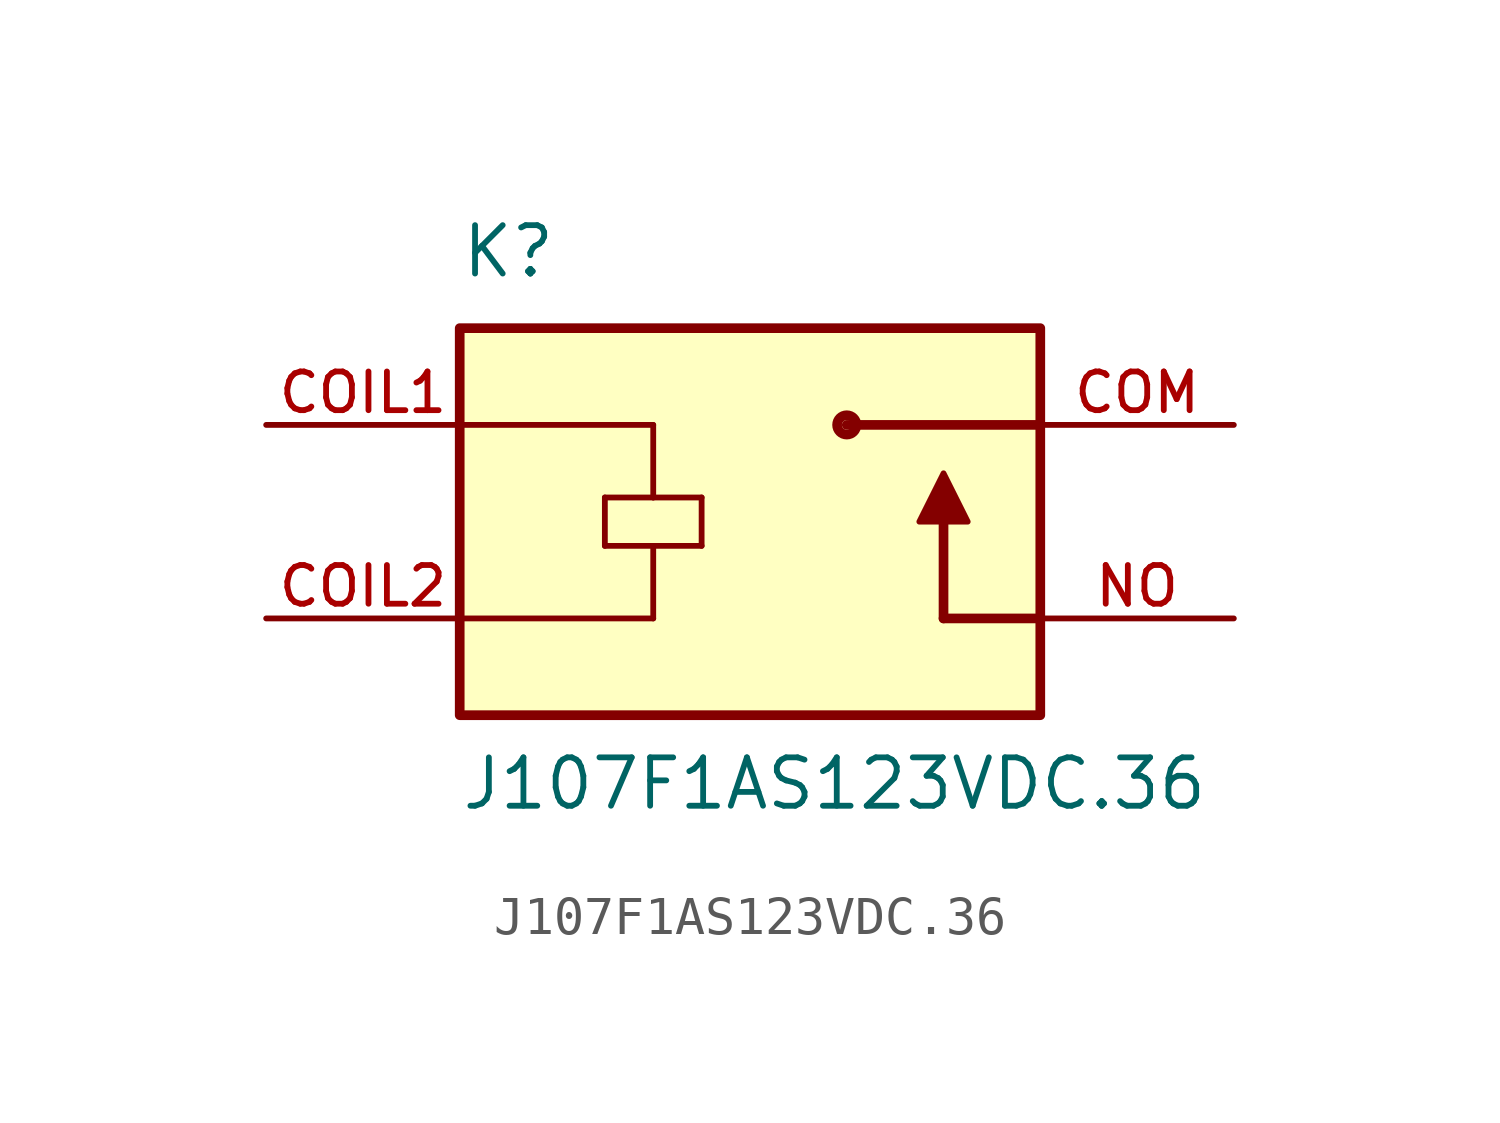
<source format=kicad_sym>
(kicad_symbol_lib
  (version 20211014)
  (generator kicad_symbol_editor)
  (symbol "J107F1AS123VDC.36"
    (pin_names
      (offset 1.016))
    (property "Reference" "K"
      (at -7.62 6.35 0)
      (effects (font (size 1.27 1.27)) (justify bottom left)))
    (property "Value" "J107F1AS123VDC.36"
      (at -7.62 -7.62 0)
      (effects (font (size 1.27 1.27)) (justify bottom left)))
    (symbol "J107F1AS123VDC.36_0_0"
      (polyline (pts (xy 7.62 2.54) (xy 2.54 2.54)) (stroke (width 0.254)))
      (polyline (pts (xy 7.62 -2.54) (xy 5.08 -2.54)) (stroke (width 0.254)))
      (polyline (pts (xy 5.08 -2.54) (xy 5.08 0.0)) (stroke (width 0.254)))
      (polyline (pts (xy 4.445 0.0) (xy 5.715 0.0) (xy 5.08 1.27) (xy 4.445 0.0)) (stroke (width 0.152)) (fill (type outline)))
      (circle (center 2.54 2.54) (radius 0.254) (stroke (width 0.254)) (fill (type none)))
      (polyline (pts (xy -7.62 2.54) (xy -2.54 2.54)) (stroke (width 0.152)))
      (polyline (pts (xy -3.81 0.635) (xy -2.54 0.635)) (stroke (width 0.152)))
      (polyline (pts (xy -2.54 0.635) (xy -1.27 0.635)) (stroke (width 0.152)))
      (polyline (pts (xy -1.27 0.635) (xy -1.27 -0.635)) (stroke (width 0.152)))
      (polyline (pts (xy -1.27 -0.635) (xy -2.54 -0.635)) (stroke (width 0.152)))
      (polyline (pts (xy -2.54 -0.635) (xy -3.81 -0.635)) (stroke (width 0.152)))
      (polyline (pts (xy -3.81 -0.635) (xy -3.81 0.635)) (stroke (width 0.152)))
      (polyline (pts (xy -7.62 -2.54) (xy -2.54 -2.54)) (stroke (width 0.152)))
      (polyline (pts (xy -2.54 2.54) (xy -2.54 0.635)) (stroke (width 0.152)))
      (polyline (pts (xy -2.54 -0.635) (xy -2.54 -2.54)) (stroke (width 0.152)))
      (rectangle (start -7.62 -5.08) (end 7.62 5.08) (stroke (width 0.254)) (fill (type background)))
      (pin passive line (at 12.7 2.54 180.0) (length 5.08) (name "~" (effects (font (size 1.016 1.016)))) (number "COM" (effects (font (size 1.016 1.016)))))
      (pin passive line (at 12.7 -2.54 180.0) (length 5.08) (name "~" (effects (font (size 1.016 1.016)))) (number "NO" (effects (font (size 1.016 1.016)))))
      (pin passive line (at -12.7 2.54 0) (length 5.08) (name "~" (effects (font (size 1.016 1.016)))) (number "COIL1" (effects (font (size 1.016 1.016)))))
      (pin passive line (at -12.7 -2.54 0) (length 5.08) (name "~" (effects (font (size 1.016 1.016)))) (number "COIL2" (effects (font (size 1.016 1.016))))))))
</source>
